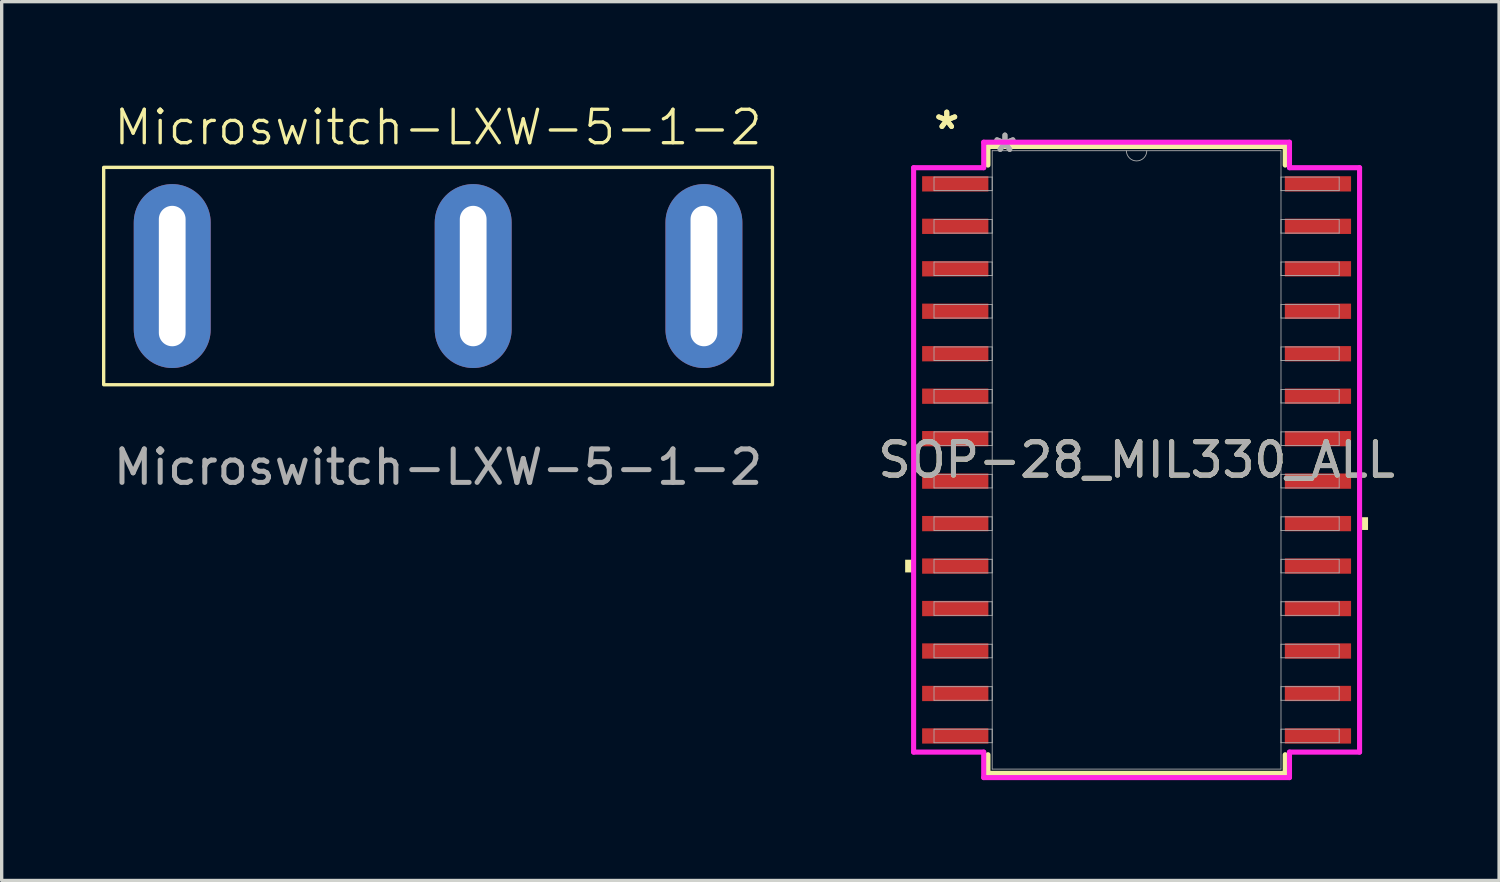
<source format=kicad_pcb>
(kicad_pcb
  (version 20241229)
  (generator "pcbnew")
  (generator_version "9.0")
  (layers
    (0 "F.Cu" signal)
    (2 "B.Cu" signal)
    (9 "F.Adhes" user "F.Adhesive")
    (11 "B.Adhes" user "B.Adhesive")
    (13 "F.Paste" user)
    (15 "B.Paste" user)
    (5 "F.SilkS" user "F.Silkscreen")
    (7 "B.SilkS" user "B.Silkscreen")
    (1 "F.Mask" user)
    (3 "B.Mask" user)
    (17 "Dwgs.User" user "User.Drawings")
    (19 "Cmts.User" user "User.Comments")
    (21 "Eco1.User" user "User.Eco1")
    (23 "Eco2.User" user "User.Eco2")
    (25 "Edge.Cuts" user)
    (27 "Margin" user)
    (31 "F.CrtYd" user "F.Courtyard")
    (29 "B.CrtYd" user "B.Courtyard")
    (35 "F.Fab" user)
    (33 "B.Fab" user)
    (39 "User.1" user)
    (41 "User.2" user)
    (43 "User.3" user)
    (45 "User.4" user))
  (footprint "SOP-28_MIL330_ALL"
    (layer "F.Cu")
    (at 30.939 10.703)
    (property "Reference" "SOP-28_MIL330_ALL" (at 0 0 0) (unlocked yes) (layer "F.SilkS") (effects (font (size 1 1) (thickness 0.15))))
    (attr smd)
    (fp_line (start -4.445 -9.373) (end -4.445 -8.816) (stroke (width 0.152) (type solid)) (layer "F.SilkS"))
    (fp_line (start -4.445 8.816) (end -4.445 9.373) (stroke (width 0.152) (type solid)) (layer "F.SilkS"))
    (fp_line (start -4.445 9.373) (end 4.445 9.373) (stroke (width 0.152) (type solid)) (layer "F.SilkS"))
    (fp_line (start 4.445 -9.373) (end -4.445 -9.373) (stroke (width 0.152) (type solid)) (layer "F.SilkS"))
    (fp_line (start 4.445 -8.816) (end 4.445 -9.373) (stroke (width 0.152) (type solid)) (layer "F.SilkS"))
    (fp_line (start 4.445 9.373) (end 4.445 8.816) (stroke (width 0.152) (type solid)) (layer "F.SilkS"))
    (fp_poly (pts (xy -6.921 2.985) (xy -6.921 3.365) (xy -6.668 3.365) (xy -6.668 2.985)) (stroke (width 0) (type solid)) (fill yes) (layer "F.SilkS"))
    (fp_poly (pts (xy 6.921 1.714) (xy 6.921 2.095) (xy 6.668 2.095) (xy 6.668 1.714)) (stroke (width 0) (type solid)) (fill yes) (layer "F.SilkS"))
    (fp_line (start -6.668 -8.738) (end -4.572 -8.738) (stroke (width 0.152) (type solid)) (layer "F.CrtYd"))
    (fp_line (start -6.668 8.738) (end -6.668 -8.738) (stroke (width 0.152) (type solid)) (layer "F.CrtYd"))
    (fp_line (start -6.668 8.738) (end -4.572 8.738) (stroke (width 0.152) (type solid)) (layer "F.CrtYd"))
    (fp_line (start -4.572 -9.5) (end 4.572 -9.5) (stroke (width 0.152) (type solid)) (layer "F.CrtYd"))
    (fp_line (start -4.572 -8.738) (end -4.572 -9.5) (stroke (width 0.152) (type solid)) (layer "F.CrtYd"))
    (fp_line (start -4.572 9.5) (end -4.572 8.738) (stroke (width 0.152) (type solid)) (layer "F.CrtYd"))
    (fp_line (start 4.572 -9.5) (end 4.572 -8.738) (stroke (width 0.152) (type solid)) (layer "F.CrtYd"))
    (fp_line (start 4.572 8.738) (end 4.572 9.5) (stroke (width 0.152) (type solid)) (layer "F.CrtYd"))
    (fp_line (start 4.572 9.5) (end -4.572 9.5) (stroke (width 0.152) (type solid)) (layer "F.CrtYd"))
    (fp_line (start 6.668 -8.738) (end 4.572 -8.738) (stroke (width 0.152) (type solid)) (layer "F.CrtYd"))
    (fp_line (start 6.668 -8.738) (end 6.668 8.738) (stroke (width 0.152) (type solid)) (layer "F.CrtYd"))
    (fp_line (start 6.668 8.738) (end 4.572 8.738) (stroke (width 0.152) (type solid)) (layer "F.CrtYd"))
    (fp_line (start -6.058 -8.458) (end -6.058 -8.052) (stroke (width 0.025) (type solid)) (layer "F.Fab"))
    (fp_line (start -6.058 -8.052) (end -4.318 -8.052) (stroke (width 0.025) (type solid)) (layer "F.Fab"))
    (fp_line (start -6.058 -7.188) (end -6.058 -6.782) (stroke (width 0.025) (type solid)) (layer "F.Fab"))
    (fp_line (start -6.058 -6.782) (end -4.318 -6.782) (stroke (width 0.025) (type solid)) (layer "F.Fab"))
    (fp_line (start -6.058 -5.918) (end -6.058 -5.512) (stroke (width 0.025) (type solid)) (layer "F.Fab"))
    (fp_line (start -6.058 -5.512) (end -4.318 -5.512) (stroke (width 0.025) (type solid)) (layer "F.Fab"))
    (fp_line (start -6.058 -4.648) (end -6.058 -4.242) (stroke (width 0.025) (type solid)) (layer "F.Fab"))
    (fp_line (start -6.058 -4.242) (end -4.318 -4.242) (stroke (width 0.025) (type solid)) (layer "F.Fab"))
    (fp_line (start -6.058 -3.378) (end -6.058 -2.972) (stroke (width 0.025) (type solid)) (layer "F.Fab"))
    (fp_line (start -6.058 -2.972) (end -4.318 -2.972) (stroke (width 0.025) (type solid)) (layer "F.Fab"))
    (fp_line (start -6.058 -2.108) (end -6.058 -1.702) (stroke (width 0.025) (type solid)) (layer "F.Fab"))
    (fp_line (start -6.058 -1.702) (end -4.318 -1.702) (stroke (width 0.025) (type solid)) (layer "F.Fab"))
    (fp_line (start -6.058 -0.838) (end -6.058 -0.432) (stroke (width 0.025) (type solid)) (layer "F.Fab"))
    (fp_line (start -6.058 -0.432) (end -4.318 -0.432) (stroke (width 0.025) (type solid)) (layer "F.Fab"))
    (fp_line (start -6.058 0.432) (end -6.058 0.838) (stroke (width 0.025) (type solid)) (layer "F.Fab"))
    (fp_line (start -6.058 0.838) (end -4.318 0.838) (stroke (width 0.025) (type solid)) (layer "F.Fab"))
    (fp_line (start -6.058 1.702) (end -6.058 2.108) (stroke (width 0.025) (type solid)) (layer "F.Fab"))
    (fp_line (start -6.058 2.108) (end -4.318 2.108) (stroke (width 0.025) (type solid)) (layer "F.Fab"))
    (fp_line (start -6.058 2.972) (end -6.058 3.378) (stroke (width 0.025) (type solid)) (layer "F.Fab"))
    (fp_line (start -6.058 3.378) (end -4.318 3.378) (stroke (width 0.025) (type solid)) (layer "F.Fab"))
    (fp_line (start -6.058 4.242) (end -6.058 4.648) (stroke (width 0.025) (type solid)) (layer "F.Fab"))
    (fp_line (start -6.058 4.648) (end -4.318 4.648) (stroke (width 0.025) (type solid)) (layer "F.Fab"))
    (fp_line (start -6.058 5.512) (end -6.058 5.918) (stroke (width 0.025) (type solid)) (layer "F.Fab"))
    (fp_line (start -6.058 5.918) (end -4.318 5.918) (stroke (width 0.025) (type solid)) (layer "F.Fab"))
    (fp_line (start -6.058 6.782) (end -6.058 7.188) (stroke (width 0.025) (type solid)) (layer "F.Fab"))
    (fp_line (start -6.058 7.188) (end -4.318 7.188) (stroke (width 0.025) (type solid)) (layer "F.Fab"))
    (fp_line (start -6.058 8.052) (end -6.058 8.458) (stroke (width 0.025) (type solid)) (layer "F.Fab"))
    (fp_line (start -6.058 8.458) (end -4.318 8.458) (stroke (width 0.025) (type solid)) (layer "F.Fab"))
    (fp_line (start -4.318 -9.246) (end -4.318 9.246) (stroke (width 0.025) (type solid)) (layer "F.Fab"))
    (fp_line (start -4.318 -8.458) (end -6.058 -8.458) (stroke (width 0.025) (type solid)) (layer "F.Fab"))
    (fp_line (start -4.318 -8.052) (end -4.318 -8.458) (stroke (width 0.025) (type solid)) (layer "F.Fab"))
    (fp_line (start -4.318 -7.188) (end -6.058 -7.188) (stroke (width 0.025) (type solid)) (layer "F.Fab"))
    (fp_line (start -4.318 -6.782) (end -4.318 -7.188) (stroke (width 0.025) (type solid)) (layer "F.Fab"))
    (fp_line (start -4.318 -5.918) (end -6.058 -5.918) (stroke (width 0.025) (type solid)) (layer "F.Fab"))
    (fp_line (start -4.318 -5.512) (end -4.318 -5.918) (stroke (width 0.025) (type solid)) (layer "F.Fab"))
    (fp_line (start -4.318 -4.648) (end -6.058 -4.648) (stroke (width 0.025) (type solid)) (layer "F.Fab"))
    (fp_line (start -4.318 -4.242) (end -4.318 -4.648) (stroke (width 0.025) (type solid)) (layer "F.Fab"))
    (fp_line (start -4.318 -3.378) (end -6.058 -3.378) (stroke (width 0.025) (type solid)) (layer "F.Fab"))
    (fp_line (start -4.318 -2.972) (end -4.318 -3.378) (stroke (width 0.025) (type solid)) (layer "F.Fab"))
    (fp_line (start -4.318 -2.108) (end -6.058 -2.108) (stroke (width 0.025) (type solid)) (layer "F.Fab"))
    (fp_line (start -4.318 -1.702) (end -4.318 -2.108) (stroke (width 0.025) (type solid)) (layer "F.Fab"))
    (fp_line (start -4.318 -0.838) (end -6.058 -0.838) (stroke (width 0.025) (type solid)) (layer "F.Fab"))
    (fp_line (start -4.318 -0.432) (end -4.318 -0.838) (stroke (width 0.025) (type solid)) (layer "F.Fab"))
    (fp_line (start -4.318 0.432) (end -6.058 0.432) (stroke (width 0.025) (type solid)) (layer "F.Fab"))
    (fp_line (start -4.318 0.838) (end -4.318 0.432) (stroke (width 0.025) (type solid)) (layer "F.Fab"))
    (fp_line (start -4.318 1.702) (end -6.058 1.702) (stroke (width 0.025) (type solid)) (layer "F.Fab"))
    (fp_line (start -4.318 2.108) (end -4.318 1.702) (stroke (width 0.025) (type solid)) (layer "F.Fab"))
    (fp_line (start -4.318 2.972) (end -6.058 2.972) (stroke (width 0.025) (type solid)) (layer "F.Fab"))
    (fp_line (start -4.318 3.378) (end -4.318 2.972) (stroke (width 0.025) (type solid)) (layer "F.Fab"))
    (fp_line (start -4.318 4.242) (end -6.058 4.242) (stroke (width 0.025) (type solid)) (layer "F.Fab"))
    (fp_line (start -4.318 4.648) (end -4.318 4.242) (stroke (width 0.025) (type solid)) (layer "F.Fab"))
    (fp_line (start -4.318 5.512) (end -6.058 5.512) (stroke (width 0.025) (type solid)) (layer "F.Fab"))
    (fp_line (start -4.318 5.918) (end -4.318 5.512) (stroke (width 0.025) (type solid)) (layer "F.Fab"))
    (fp_line (start -4.318 6.782) (end -6.058 6.782) (stroke (width 0.025) (type solid)) (layer "F.Fab"))
    (fp_line (start -4.318 7.188) (end -4.318 6.782) (stroke (width 0.025) (type solid)) (layer "F.Fab"))
    (fp_line (start -4.318 8.052) (end -6.058 8.052) (stroke (width 0.025) (type solid)) (layer "F.Fab"))
    (fp_line (start -4.318 8.458) (end -4.318 8.052) (stroke (width 0.025) (type solid)) (layer "F.Fab"))
    (fp_line (start -4.318 9.246) (end 4.318 9.246) (stroke (width 0.025) (type solid)) (layer "F.Fab"))
    (fp_line (start 4.318 -9.246) (end -4.318 -9.246) (stroke (width 0.025) (type solid)) (layer "F.Fab"))
    (fp_line (start 4.318 -8.458) (end 4.318 -8.052) (stroke (width 0.025) (type solid)) (layer "F.Fab"))
    (fp_line (start 4.318 -8.052) (end 6.058 -8.052) (stroke (width 0.025) (type solid)) (layer "F.Fab"))
    (fp_line (start 4.318 -7.188) (end 4.318 -6.782) (stroke (width 0.025) (type solid)) (layer "F.Fab"))
    (fp_line (start 4.318 -6.782) (end 6.058 -6.782) (stroke (width 0.025) (type solid)) (layer "F.Fab"))
    (fp_line (start 4.318 -5.918) (end 4.318 -5.512) (stroke (width 0.025) (type solid)) (layer "F.Fab"))
    (fp_line (start 4.318 -5.512) (end 6.058 -5.512) (stroke (width 0.025) (type solid)) (layer "F.Fab"))
    (fp_line (start 4.318 -4.648) (end 4.318 -4.242) (stroke (width 0.025) (type solid)) (layer "F.Fab"))
    (fp_line (start 4.318 -4.242) (end 6.058 -4.242) (stroke (width 0.025) (type solid)) (layer "F.Fab"))
    (fp_line (start 4.318 -3.378) (end 4.318 -2.972) (stroke (width 0.025) (type solid)) (layer "F.Fab"))
    (fp_line (start 4.318 -2.972) (end 6.058 -2.972) (stroke (width 0.025) (type solid)) (layer "F.Fab"))
    (fp_line (start 4.318 -2.108) (end 4.318 -1.702) (stroke (width 0.025) (type solid)) (layer "F.Fab"))
    (fp_line (start 4.318 -1.702) (end 6.058 -1.702) (stroke (width 0.025) (type solid)) (layer "F.Fab"))
    (fp_line (start 4.318 -0.838) (end 4.318 -0.432) (stroke (width 0.025) (type solid)) (layer "F.Fab"))
    (fp_line (start 4.318 -0.432) (end 6.058 -0.432) (stroke (width 0.025) (type solid)) (layer "F.Fab"))
    (fp_line (start 4.318 0.432) (end 4.318 0.838) (stroke (width 0.025) (type solid)) (layer "F.Fab"))
    (fp_line (start 4.318 0.838) (end 6.058 0.838) (stroke (width 0.025) (type solid)) (layer "F.Fab"))
    (fp_line (start 4.318 1.702) (end 4.318 2.108) (stroke (width 0.025) (type solid)) (layer "F.Fab"))
    (fp_line (start 4.318 2.108) (end 6.058 2.108) (stroke (width 0.025) (type solid)) (layer "F.Fab"))
    (fp_line (start 4.318 2.972) (end 4.318 3.378) (stroke (width 0.025) (type solid)) (layer "F.Fab"))
    (fp_line (start 4.318 3.378) (end 6.058 3.378) (stroke (width 0.025) (type solid)) (layer "F.Fab"))
    (fp_line (start 4.318 4.242) (end 4.318 4.648) (stroke (width 0.025) (type solid)) (layer "F.Fab"))
    (fp_line (start 4.318 4.648) (end 6.058 4.648) (stroke (width 0.025) (type solid)) (layer "F.Fab"))
    (fp_line (start 4.318 5.512) (end 4.318 5.918) (stroke (width 0.025) (type solid)) (layer "F.Fab"))
    (fp_line (start 4.318 5.918) (end 6.058 5.918) (stroke (width 0.025) (type solid)) (layer "F.Fab"))
    (fp_line (start 4.318 6.782) (end 4.318 7.188) (stroke (width 0.025) (type solid)) (layer "F.Fab"))
    (fp_line (start 4.318 7.188) (end 6.058 7.188) (stroke (width 0.025) (type solid)) (layer "F.Fab"))
    (fp_line (start 4.318 8.052) (end 4.318 8.458) (stroke (width 0.025) (type solid)) (layer "F.Fab"))
    (fp_line (start 4.318 8.458) (end 6.058 8.458) (stroke (width 0.025) (type solid)) (layer "F.Fab"))
    (fp_line (start 4.318 9.246) (end 4.318 -9.246) (stroke (width 0.025) (type solid)) (layer "F.Fab"))
    (fp_line (start 6.058 -8.458) (end 4.318 -8.458) (stroke (width 0.025) (type solid)) (layer "F.Fab"))
    (fp_line (start 6.058 -8.052) (end 6.058 -8.458) (stroke (width 0.025) (type solid)) (layer "F.Fab"))
    (fp_line (start 6.058 -7.188) (end 4.318 -7.188) (stroke (width 0.025) (type solid)) (layer "F.Fab"))
    (fp_line (start 6.058 -6.782) (end 6.058 -7.188) (stroke (width 0.025) (type solid)) (layer "F.Fab"))
    (fp_line (start 6.058 -5.918) (end 4.318 -5.918) (stroke (width 0.025) (type solid)) (layer "F.Fab"))
    (fp_line (start 6.058 -5.512) (end 6.058 -5.918) (stroke (width 0.025) (type solid)) (layer "F.Fab"))
    (fp_line (start 6.058 -4.648) (end 4.318 -4.648) (stroke (width 0.025) (type solid)) (layer "F.Fab"))
    (fp_line (start 6.058 -4.242) (end 6.058 -4.648) (stroke (width 0.025) (type solid)) (layer "F.Fab"))
    (fp_line (start 6.058 -3.378) (end 4.318 -3.378) (stroke (width 0.025) (type solid)) (layer "F.Fab"))
    (fp_line (start 6.058 -2.972) (end 6.058 -3.378) (stroke (width 0.025) (type solid)) (layer "F.Fab"))
    (fp_line (start 6.058 -2.108) (end 4.318 -2.108) (stroke (width 0.025) (type solid)) (layer "F.Fab"))
    (fp_line (start 6.058 -1.702) (end 6.058 -2.108) (stroke (width 0.025) (type solid)) (layer "F.Fab"))
    (fp_line (start 6.058 -0.838) (end 4.318 -0.838) (stroke (width 0.025) (type solid)) (layer "F.Fab"))
    (fp_line (start 6.058 -0.432) (end 6.058 -0.838) (stroke (width 0.025) (type solid)) (layer "F.Fab"))
    (fp_line (start 6.058 0.432) (end 4.318 0.432) (stroke (width 0.025) (type solid)) (layer "F.Fab"))
    (fp_line (start 6.058 0.838) (end 6.058 0.432) (stroke (width 0.025) (type solid)) (layer "F.Fab"))
    (fp_line (start 6.058 1.702) (end 4.318 1.702) (stroke (width 0.025) (type solid)) (layer "F.Fab"))
    (fp_line (start 6.058 2.108) (end 6.058 1.702) (stroke (width 0.025) (type solid)) (layer "F.Fab"))
    (fp_line (start 6.058 2.972) (end 4.318 2.972) (stroke (width 0.025) (type solid)) (layer "F.Fab"))
    (fp_line (start 6.058 3.378) (end 6.058 2.972) (stroke (width 0.025) (type solid)) (layer "F.Fab"))
    (fp_line (start 6.058 4.242) (end 4.318 4.242) (stroke (width 0.025) (type solid)) (layer "F.Fab"))
    (fp_line (start 6.058 4.648) (end 6.058 4.242) (stroke (width 0.025) (type solid)) (layer "F.Fab"))
    (fp_line (start 6.058 5.512) (end 4.318 5.512) (stroke (width 0.025) (type solid)) (layer "F.Fab"))
    (fp_line (start 6.058 5.918) (end 6.058 5.512) (stroke (width 0.025) (type solid)) (layer "F.Fab"))
    (fp_line (start 6.058 6.782) (end 4.318 6.782) (stroke (width 0.025) (type solid)) (layer "F.Fab"))
    (fp_line (start 6.058 7.188) (end 6.058 6.782) (stroke (width 0.025) (type solid)) (layer "F.Fab"))
    (fp_line (start 6.058 8.052) (end 4.318 8.052) (stroke (width 0.025) (type solid)) (layer "F.Fab"))
    (fp_line (start 6.058 8.458) (end 6.058 8.052) (stroke (width 0.025) (type solid)) (layer "F.Fab"))
    (fp_arc (start 0.3048 -9.2456) (mid 0 -8.9408) (end -0.3048 -9.2456) (stroke (width 0.0254) (type solid)) (layer "F.Fab"))
    (fp_text user "*" (at -5.677 -9.855 0) (layer "F.SilkS") (effects (font (size 1 1) (thickness 0.15))))
    (fp_text user "*" (at -5.677 -9.855 0) (unlocked yes) (layer "F.SilkS") (effects (font (size 1 1) (thickness 0.15))))
    (fp_text user "${REFERENCE}" (at 0 0 0) (unlocked yes) (layer "F.Fab") (effects (font (size 1 1) (thickness 0.15))))
    (fp_text user "*" (at -3.937 -9.169 0) (layer "F.Fab") (effects (font (size 1 1) (thickness 0.15))))
    (fp_text user "*" (at -3.937 -9.169 0) (unlocked yes) (layer "F.Fab") (effects (font (size 1 1) (thickness 0.15))))
    (pad "1" smd rect (at -5.423 -8.255) (size 1.981 0.457) (layers "F.Cu" "F.Mask" "F.Paste"))
    (pad "2" smd rect (at -5.423 -6.985) (size 1.981 0.457) (layers "F.Cu" "F.Mask" "F.Paste"))
    (pad "3" smd rect (at -5.423 -5.715) (size 1.981 0.457) (layers "F.Cu" "F.Mask" "F.Paste"))
    (pad "4" smd rect (at -5.423 -4.445) (size 1.981 0.457) (layers "F.Cu" "F.Mask" "F.Paste"))
    (pad "5" smd rect (at -5.423 -3.175) (size 1.981 0.457) (layers "F.Cu" "F.Mask" "F.Paste"))
    (pad "6" smd rect (at -5.423 -1.905) (size 1.981 0.457) (layers "F.Cu" "F.Mask" "F.Paste"))
    (pad "7" smd rect (at -5.423 -0.635) (size 1.981 0.457) (layers "F.Cu" "F.Mask" "F.Paste"))
    (pad "8" smd rect (at -5.423 0.635) (size 1.981 0.457) (layers "F.Cu" "F.Mask" "F.Paste"))
    (pad "9" smd rect (at -5.423 1.905) (size 1.981 0.457) (layers "F.Cu" "F.Mask" "F.Paste"))
    (pad "10" smd rect (at -5.423 3.175) (size 1.981 0.457) (layers "F.Cu" "F.Mask" "F.Paste"))
    (pad "11" smd rect (at -5.423 4.445) (size 1.981 0.457) (layers "F.Cu" "F.Mask" "F.Paste"))
    (pad "12" smd rect (at -5.423 5.715) (size 1.981 0.457) (layers "F.Cu" "F.Mask" "F.Paste"))
    (pad "13" smd rect (at -5.423 6.985) (size 1.981 0.457) (layers "F.Cu" "F.Mask" "F.Paste"))
    (pad "14" smd rect (at -5.423 8.255) (size 1.981 0.457) (layers "F.Cu" "F.Mask" "F.Paste"))
    (pad "15" smd rect (at 5.423 8.255) (size 1.981 0.457) (layers "F.Cu" "F.Mask" "F.Paste"))
    (pad "16" smd rect (at 5.423 6.985) (size 1.981 0.457) (layers "F.Cu" "F.Mask" "F.Paste"))
    (pad "17" smd rect (at 5.423 5.715) (size 1.981 0.457) (layers "F.Cu" "F.Mask" "F.Paste"))
    (pad "18" smd rect (at 5.423 4.445) (size 1.981 0.457) (layers "F.Cu" "F.Mask" "F.Paste"))
    (pad "19" smd rect (at 5.423 3.175) (size 1.981 0.457) (layers "F.Cu" "F.Mask" "F.Paste"))
    (pad "20" smd rect (at 5.423 1.905) (size 1.981 0.457) (layers "F.Cu" "F.Mask" "F.Paste"))
    (pad "21" smd rect (at 5.423 0.635) (size 1.981 0.457) (layers "F.Cu" "F.Mask" "F.Paste"))
    (pad "22" smd rect (at 5.423 -0.635) (size 1.981 0.457) (layers "F.Cu" "F.Mask" "F.Paste"))
    (pad "23" smd rect (at 5.423 -1.905) (size 1.981 0.457) (layers "F.Cu" "F.Mask" "F.Paste"))
    (pad "24" smd rect (at 5.423 -3.175) (size 1.981 0.457) (layers "F.Cu" "F.Mask" "F.Paste"))
    (pad "25" smd rect (at 5.423 -4.445) (size 1.981 0.457) (layers "F.Cu" "F.Mask" "F.Paste"))
    (pad "26" smd rect (at 5.423 -5.715) (size 1.981 0.457) (layers "F.Cu" "F.Mask" "F.Paste"))
    (pad "27" smd rect (at 5.423 -6.985) (size 1.981 0.457) (layers "F.Cu" "F.Mask" "F.Paste"))
    (pad "28" smd rect (at 5.423 -8.255) (size 1.981 0.457) (layers "F.Cu" "F.Mask" "F.Paste")))
  (footprint "Microswitch-LXW-5-1-2"
    (layer "F.Cu")
    (at 10.05 5.205)
    (property "Reference" "Microswitch-LXW-5-1-2" (at 0 -4.445 0) (unlocked yes) (layer "F.SilkS") (effects (font (size 1 1) (thickness 0.1))))
    (attr through_hole)
    (fp_rect (start -10 -3.25) (end 10 3.25) (stroke (width 0.1) (type default)) (fill no) (layer "F.SilkS"))
    (fp_text user "${REFERENCE}" (at 0 5.715 0) (unlocked yes) (layer "F.Fab") (effects (font (size 1 1) (thickness 0.15))))
    (pad "1" thru_hole oval (at -7.95 0) (size 2.3 5.5) (drill oval 0.8 4.2) (layers "*.Cu" "*.Mask"))
    (pad "2" thru_hole oval (at 7.95 0) (size 2.3 5.5) (drill oval 0.8 4.2) (layers "*.Cu" "*.Mask"))
    (pad "3" thru_hole oval (at 1.05 0) (size 2.3 5.5) (drill oval 0.8 4.2) (layers "*.Cu" "*.Mask")))
  (gr_rect
    (start -3 -3)
    (end 41.779 23.279)
    (stroke (width 0.1) (type default))
    (fill no)
    (layer "Edge.Cuts")))
</source>
